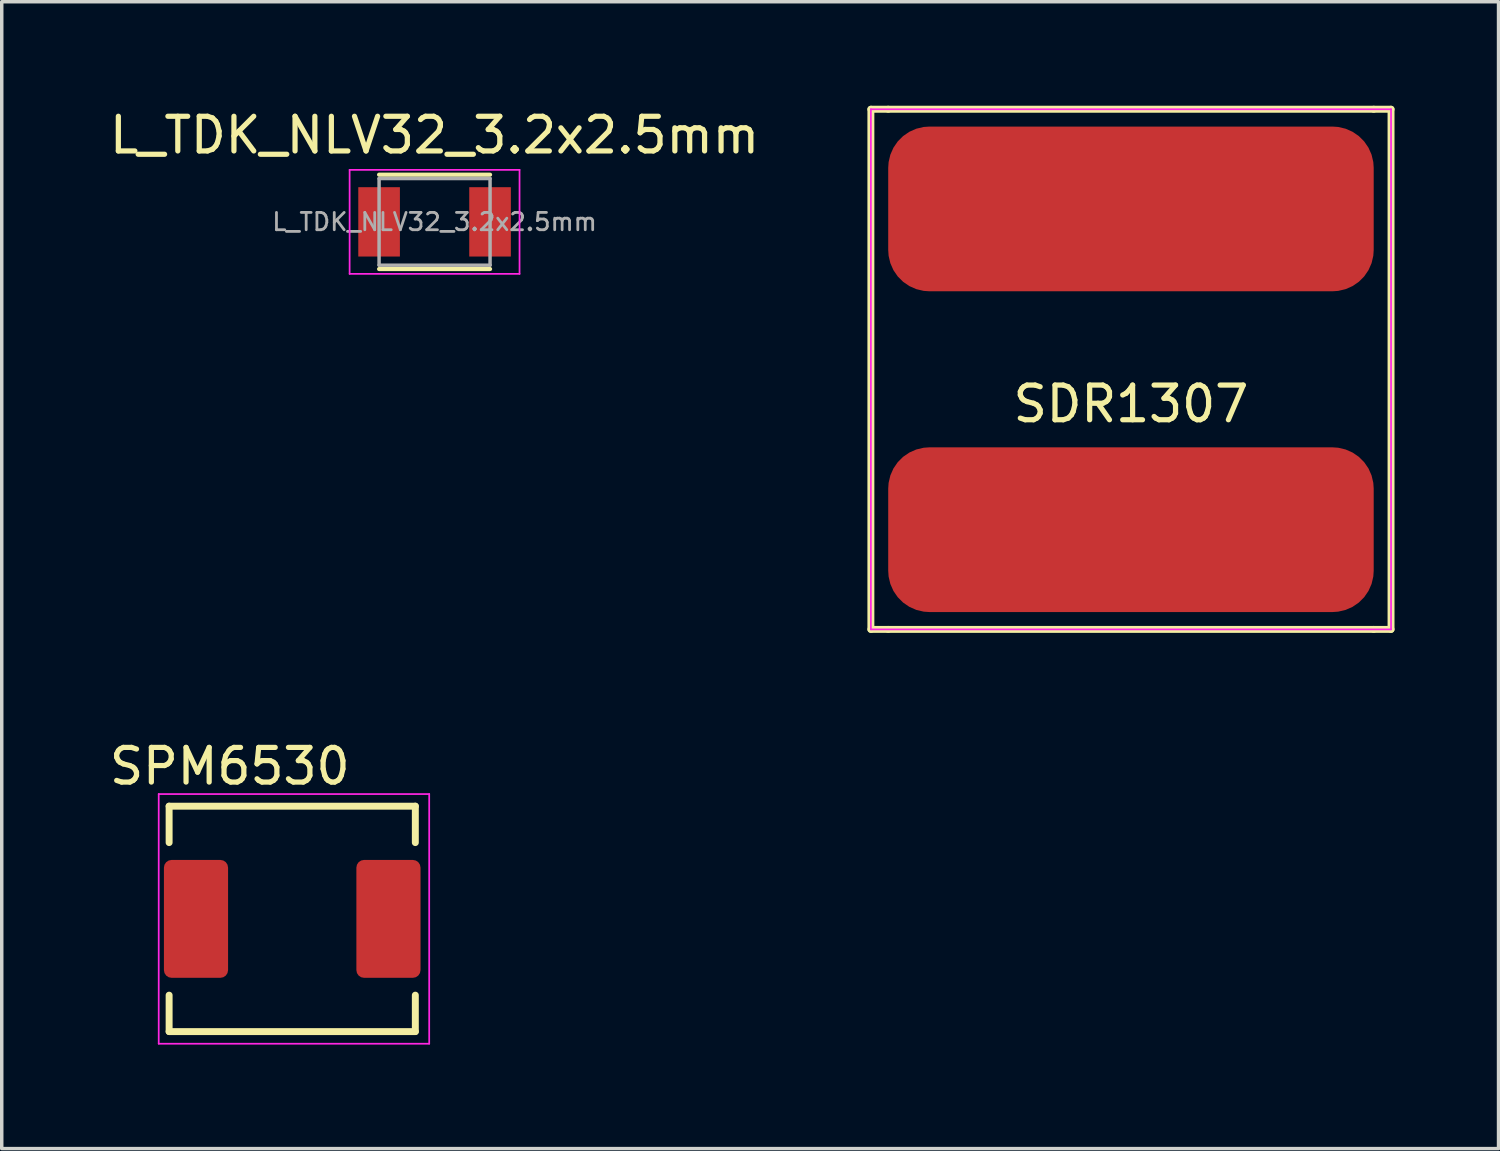
<source format=kicad_pcb>
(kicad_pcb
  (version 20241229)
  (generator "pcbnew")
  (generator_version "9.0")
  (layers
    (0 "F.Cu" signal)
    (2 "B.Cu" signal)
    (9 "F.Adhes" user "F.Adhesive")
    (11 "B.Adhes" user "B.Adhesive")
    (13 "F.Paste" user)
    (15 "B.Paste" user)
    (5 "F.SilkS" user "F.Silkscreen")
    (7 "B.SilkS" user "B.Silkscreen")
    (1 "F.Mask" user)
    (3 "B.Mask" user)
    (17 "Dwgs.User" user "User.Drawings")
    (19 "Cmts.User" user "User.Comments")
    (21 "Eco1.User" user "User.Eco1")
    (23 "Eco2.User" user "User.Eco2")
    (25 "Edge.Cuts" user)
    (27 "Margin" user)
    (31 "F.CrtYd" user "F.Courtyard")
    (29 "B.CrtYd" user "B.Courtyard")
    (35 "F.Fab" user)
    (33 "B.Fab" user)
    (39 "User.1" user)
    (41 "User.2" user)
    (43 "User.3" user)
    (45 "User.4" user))
  (footprint "SDR1307"
    (layer "F.Cu")
    (at 29.564 7.6)
    (property "Reference" "SDR1307" (at 0 1 0) (layer "F.SilkS") (effects (font (size 1 1) (thickness 0.15))))
    (attr through_hole)
    (fp_line (start -7.5 -7.5) (end -7.5 7.5) (stroke (width 0.2) (type solid)) (layer "F.SilkS"))
    (fp_line (start -7.5 -7.5) (end -7 -7.5) (stroke (width 0.2) (type solid)) (layer "F.SilkS"))
    (fp_line (start -7.5 7.5) (end -7 7.5) (stroke (width 0.2) (type solid)) (layer "F.SilkS"))
    (fp_line (start -7 7.5) (end 7 7.5) (stroke (width 0.2) (type solid)) (layer "F.SilkS"))
    (fp_line (start 7 -7.5) (end -7 -7.5) (stroke (width 0.2) (type solid)) (layer "F.SilkS"))
    (fp_line (start 7 -7.5) (end 7.5 -7.5) (stroke (width 0.2) (type solid)) (layer "F.SilkS"))
    (fp_line (start 7.5 -7.5) (end 7.5 7.5) (stroke (width 0.2) (type solid)) (layer "F.SilkS"))
    (fp_line (start 7.5 7.5) (end 7 7.5) (stroke (width 0.2) (type solid)) (layer "F.SilkS"))
    (fp_line (start -7.5 -7.5) (end 7.5 -7.5) (stroke (width 0.05) (type solid)) (layer "F.CrtYd"))
    (fp_line (start -7.5 7.5) (end -7.5 -7.5) (stroke (width 0.05) (type solid)) (layer "F.CrtYd"))
    (fp_line (start 7.5 -7.5) (end 7.5 7.5) (stroke (width 0.05) (type solid)) (layer "F.CrtYd"))
    (fp_line (start 7.5 7.5) (end -7.5 7.5) (stroke (width 0.05) (type solid)) (layer "F.CrtYd"))
    (pad "1" smd roundrect (at 0 -4.625) (size 14 4.75) (layers "F.Cu" "F.Mask" "F.Paste") (roundrect_rratio 0.25))
    (pad "2" smd roundrect (at 0 4.625) (size 14 4.75) (layers "F.Cu" "F.Mask" "F.Paste") (roundrect_rratio 0.25)))
  (footprint "SPM6530"
    (layer "F.Cu")
    (at 5.377 23.448)
    (property "Reference" "SPM6530" (at -1.8 -4.4 0) (layer "F.SilkS") (effects (font (size 1 1) (thickness 0.15))))
    (attr through_hole)
    (fp_line (start -3.55 -3.25) (end -3.55 -2.2) (stroke (width 0.2) (type solid)) (layer "F.SilkS"))
    (fp_line (start -3.55 2.2) (end -3.55 3.25) (stroke (width 0.2) (type solid)) (layer "F.SilkS"))
    (fp_line (start -3.55 3.25) (end 3.55 3.25) (stroke (width 0.2) (type solid)) (layer "F.SilkS"))
    (fp_line (start 3.55 -3.25) (end -3.55 -3.25) (stroke (width 0.2) (type solid)) (layer "F.SilkS"))
    (fp_line (start 3.55 -2.2) (end 3.55 -3.25) (stroke (width 0.2) (type solid)) (layer "F.SilkS"))
    (fp_line (start 3.55 3.25) (end 3.55 2.2) (stroke (width 0.2) (type solid)) (layer "F.SilkS"))
    (fp_line (start -3.85 -3.6) (end -3.85 3.6) (stroke (width 0.05) (type solid)) (layer "F.CrtYd"))
    (fp_line (start -3.85 3.6) (end 3.95 3.6) (stroke (width 0.05) (type solid)) (layer "F.CrtYd"))
    (fp_line (start 3.95 -3.6) (end -3.85 -3.6) (stroke (width 0.05) (type solid)) (layer "F.CrtYd"))
    (fp_line (start 3.95 3.6) (end 3.95 -3.6) (stroke (width 0.05) (type solid)) (layer "F.CrtYd"))
    (pad "1" smd roundrect (at -2.775 0) (size 1.85 3.4) (layers "F.Cu" "F.Mask" "F.Paste") (roundrect_rratio 0.12))
    (pad "2" smd roundrect (at 2.775 0) (size 1.85 3.4) (layers "F.Cu" "F.Mask" "F.Paste") (roundrect_rratio 0.12)))
  (footprint "L_TDK_NLV32_3.2x2.5mm"
    (layer "F.Cu")
    (at 9.482 3.348)
    (property "Reference" "L_TDK_NLV32_3.2x2.5mm" (at 0 -2.5 180) (layer "F.SilkS") (effects (font (size 1 1) (thickness 0.15))))
    (attr smd)
    (fp_line (start -1.6 -1.36) (end 1.6 -1.36) (stroke (width 0.12) (type solid)) (layer "F.SilkS"))
    (fp_line (start 1.6 1.36) (end -1.6 1.36) (stroke (width 0.12) (type solid)) (layer "F.SilkS"))
    (fp_line (start -2.45 -1.5) (end 2.45 -1.5) (stroke (width 0.05) (type solid)) (layer "F.CrtYd"))
    (fp_line (start -2.45 1.5) (end -2.45 -1.5) (stroke (width 0.05) (type solid)) (layer "F.CrtYd"))
    (fp_line (start 2.45 -1.5) (end 2.45 1.5) (stroke (width 0.05) (type solid)) (layer "F.CrtYd"))
    (fp_line (start 2.45 1.5) (end -2.45 1.5) (stroke (width 0.05) (type solid)) (layer "F.CrtYd"))
    (fp_line (start -1.6 -1.25) (end 1.6 -1.25) (stroke (width 0.1) (type solid)) (layer "F.Fab"))
    (fp_line (start -1.6 1.25) (end -1.6 -1.25) (stroke (width 0.1) (type solid)) (layer "F.Fab"))
    (fp_line (start 1.6 -1.25) (end 1.6 1.25) (stroke (width 0.1) (type solid)) (layer "F.Fab"))
    (fp_line (start 1.6 1.25) (end -1.6 1.25) (stroke (width 0.1) (type solid)) (layer "F.Fab"))
    (fp_text user "${REFERENCE}" (at 0 0 180) (layer "F.Fab") (effects (font (size 0.5 0.5) (thickness 0.08))))
    (pad "1" smd rect (at -1.6 0) (size 1.2 2) (layers "F.Cu" "F.Mask" "F.Paste"))
    (pad "2" smd rect (at 1.6 0) (size 1.2 2) (layers "F.Cu" "F.Mask" "F.Paste")))
  (gr_rect
    (start -3 -3)
    (end 40.164 30.073)
    (stroke (width 0.1) (type default))
    (fill no)
    (layer "Edge.Cuts")))
</source>
